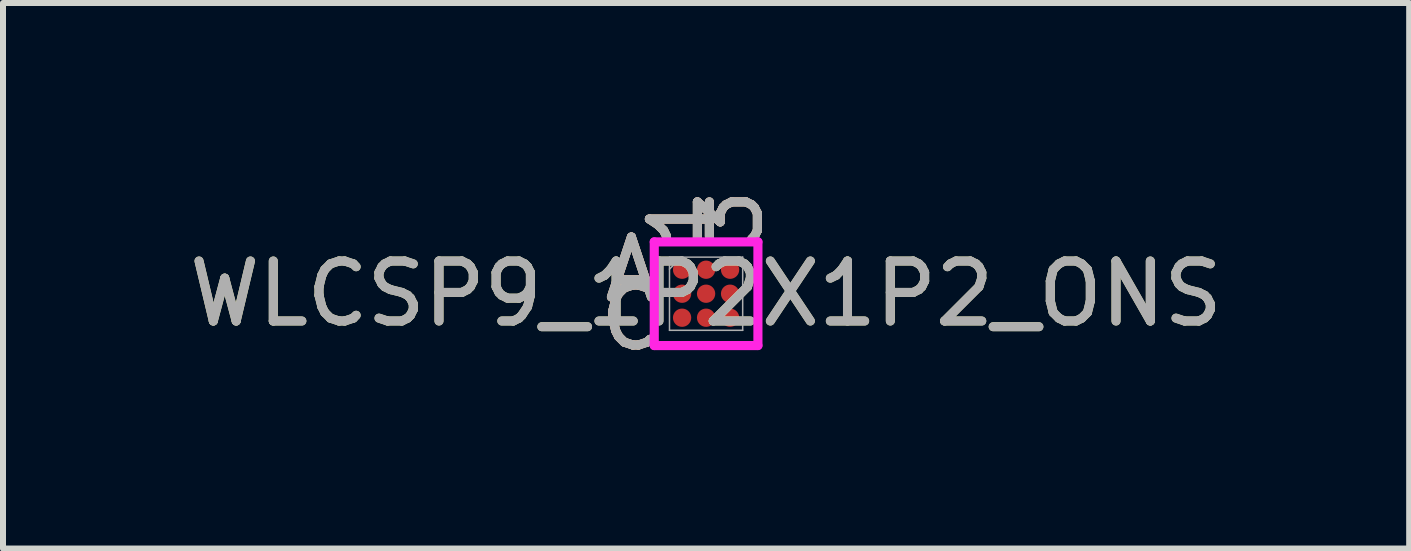
<source format=kicad_pcb>
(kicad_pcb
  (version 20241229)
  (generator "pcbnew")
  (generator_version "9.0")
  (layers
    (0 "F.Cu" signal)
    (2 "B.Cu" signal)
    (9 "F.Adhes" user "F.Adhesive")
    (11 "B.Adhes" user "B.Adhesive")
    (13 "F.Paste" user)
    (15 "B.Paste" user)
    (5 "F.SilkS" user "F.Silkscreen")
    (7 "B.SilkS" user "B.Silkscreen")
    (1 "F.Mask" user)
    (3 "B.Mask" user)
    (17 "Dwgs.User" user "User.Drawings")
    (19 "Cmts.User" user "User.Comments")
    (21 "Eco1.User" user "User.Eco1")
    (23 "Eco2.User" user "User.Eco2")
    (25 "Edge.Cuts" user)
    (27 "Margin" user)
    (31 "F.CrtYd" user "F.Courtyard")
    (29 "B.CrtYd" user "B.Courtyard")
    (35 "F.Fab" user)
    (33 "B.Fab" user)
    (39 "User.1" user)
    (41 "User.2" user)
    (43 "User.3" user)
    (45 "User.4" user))
  (footprint "WLCSP9_1P2X1P2_ONS"
    (layer "F.Cu")
    (at 8.72 1.846)
    (property "Reference" "WLCSP9_1P2X1P2_ONS" (at 0 0 0) (unlocked yes) (layer "F.SilkS") (effects (font (size 1 1) (thickness 0.15))))
    (attr smd)
    (fp_poly (pts (xy -1.044 -1.044) (xy 1.044 -1.044) (xy 1.044 1.044) (xy -1.044 1.044)) (stroke (width 0.1) (type solid)) (fill no) (layer "Eco2.User"))
    (fp_line (start -0.864 -0.864) (end 0.864 -0.864) (stroke (width 0.152) (type solid)) (layer "F.CrtYd"))
    (fp_line (start -0.864 0.864) (end -0.864 -0.864) (stroke (width 0.152) (type solid)) (layer "F.CrtYd"))
    (fp_line (start 0.864 -0.864) (end 0.864 0.864) (stroke (width 0.152) (type solid)) (layer "F.CrtYd"))
    (fp_line (start 0.864 0.864) (end -0.864 0.864) (stroke (width 0.152) (type solid)) (layer "F.CrtYd"))
    (fp_line (start -0.61 -0.61) (end -0.61 0.61) (stroke (width 0.025) (type solid)) (layer "F.Fab"))
    (fp_line (start -0.61 0.61) (end 0.61 0.61) (stroke (width 0.025) (type solid)) (layer "F.Fab"))
    (fp_line (start -0.41 -0.61) (end -0.61 -0.41) (stroke (width 0.025) (type solid)) (layer "F.Fab"))
    (fp_line (start 0.61 -0.61) (end -0.61 -0.61) (stroke (width 0.025) (type solid)) (layer "F.Fab"))
    (fp_line (start 0.61 0.61) (end 0.61 -0.61) (stroke (width 0.025) (type solid)) (layer "F.Fab"))
    (fp_text user "1" (at -0.4 -1.245 90) (unlocked yes) (layer "F.SilkS") (effects (font (size 1 1) (thickness 0.15))))
    (fp_text user "3" (at 0.4 -1.245 90) (unlocked yes) (layer "F.SilkS") (effects (font (size 1 1) (thickness 0.15))))
    (fp_text user "C" (at -1.245 0.4 0) (unlocked yes) (layer "F.SilkS") (effects (font (size 1 1) (thickness 0.15))))
    (fp_text user "A" (at -1.245 -0.4 0) (unlocked yes) (layer "F.SilkS") (effects (font (size 1 1) (thickness 0.15))))
    (fp_text user "1" (at -0.4 -1.245 90) (unlocked yes) (layer "B.SilkS") (effects (font (size 1 1) (thickness 0.15))))
    (fp_text user "C" (at -1.245 0.4 0) (unlocked yes) (layer "B.SilkS") (effects (font (size 1 1) (thickness 0.15))))
    (fp_text user "A" (at -1.245 -0.4 0) (unlocked yes) (layer "B.SilkS") (effects (font (size 1 1) (thickness 0.15))))
    (fp_text user "3" (at 0.4 -1.245 90) (unlocked yes) (layer "B.SilkS") (effects (font (size 1 1) (thickness 0.15))))
    (fp_text user "A" (at -1.245 -0.4 0) (unlocked yes) (layer "F.Fab") (effects (font (size 1 1) (thickness 0.15))))
    (fp_text user "3" (at 0.4 -1.245 90) (unlocked yes) (layer "F.Fab") (effects (font (size 1 1) (thickness 0.15))))
    (fp_text user "${REFERENCE}" (at 0 0 0) (unlocked yes) (layer "F.Fab") (effects (font (size 1 1) (thickness 0.15))))
    (fp_text user "C" (at -1.245 0.4 0) (unlocked yes) (layer "F.Fab") (effects (font (size 1 1) (thickness 0.15))))
    (fp_text user "1" (at -0.4 -1.245 90) (unlocked yes) (layer "F.Fab") (effects (font (size 1 1) (thickness 0.15))))
    (pad "A1" smd circle (at -0.4 -0.4) (size 0.305 0.305) (layers "F.Cu" "F.Mask" "F.Paste"))
    (pad "A2" smd circle (at 0 -0.4) (size 0.305 0.305) (layers "F.Cu" "F.Mask" "F.Paste"))
    (pad "A3" smd circle (at 0.4 -0.4) (size 0.305 0.305) (layers "F.Cu" "F.Mask" "F.Paste"))
    (pad "B1" smd circle (at -0.4 0) (size 0.305 0.305) (layers "F.Cu" "F.Mask" "F.Paste"))
    (pad "B2" smd circle (at 0 0) (size 0.305 0.305) (layers "F.Cu" "F.Mask" "F.Paste"))
    (pad "B3" smd circle (at 0.4 0) (size 0.305 0.305) (layers "F.Cu" "F.Mask" "F.Paste"))
    (pad "C1" smd circle (at -0.4 0.4) (size 0.305 0.305) (layers "F.Cu" "F.Mask" "F.Paste"))
    (pad "C2" smd circle (at 0 0.4) (size 0.305 0.305) (layers "F.Cu" "F.Mask" "F.Paste"))
    (pad "C3" smd circle (at 0.4 0.4) (size 0.305 0.305) (layers "F.Cu" "F.Mask" "F.Paste")))
  (gr_rect
    (start -3 -3)
    (end 20.44 6.094)
    (stroke (width 0.1) (type default))
    (fill no)
    (layer "Edge.Cuts")))
</source>
